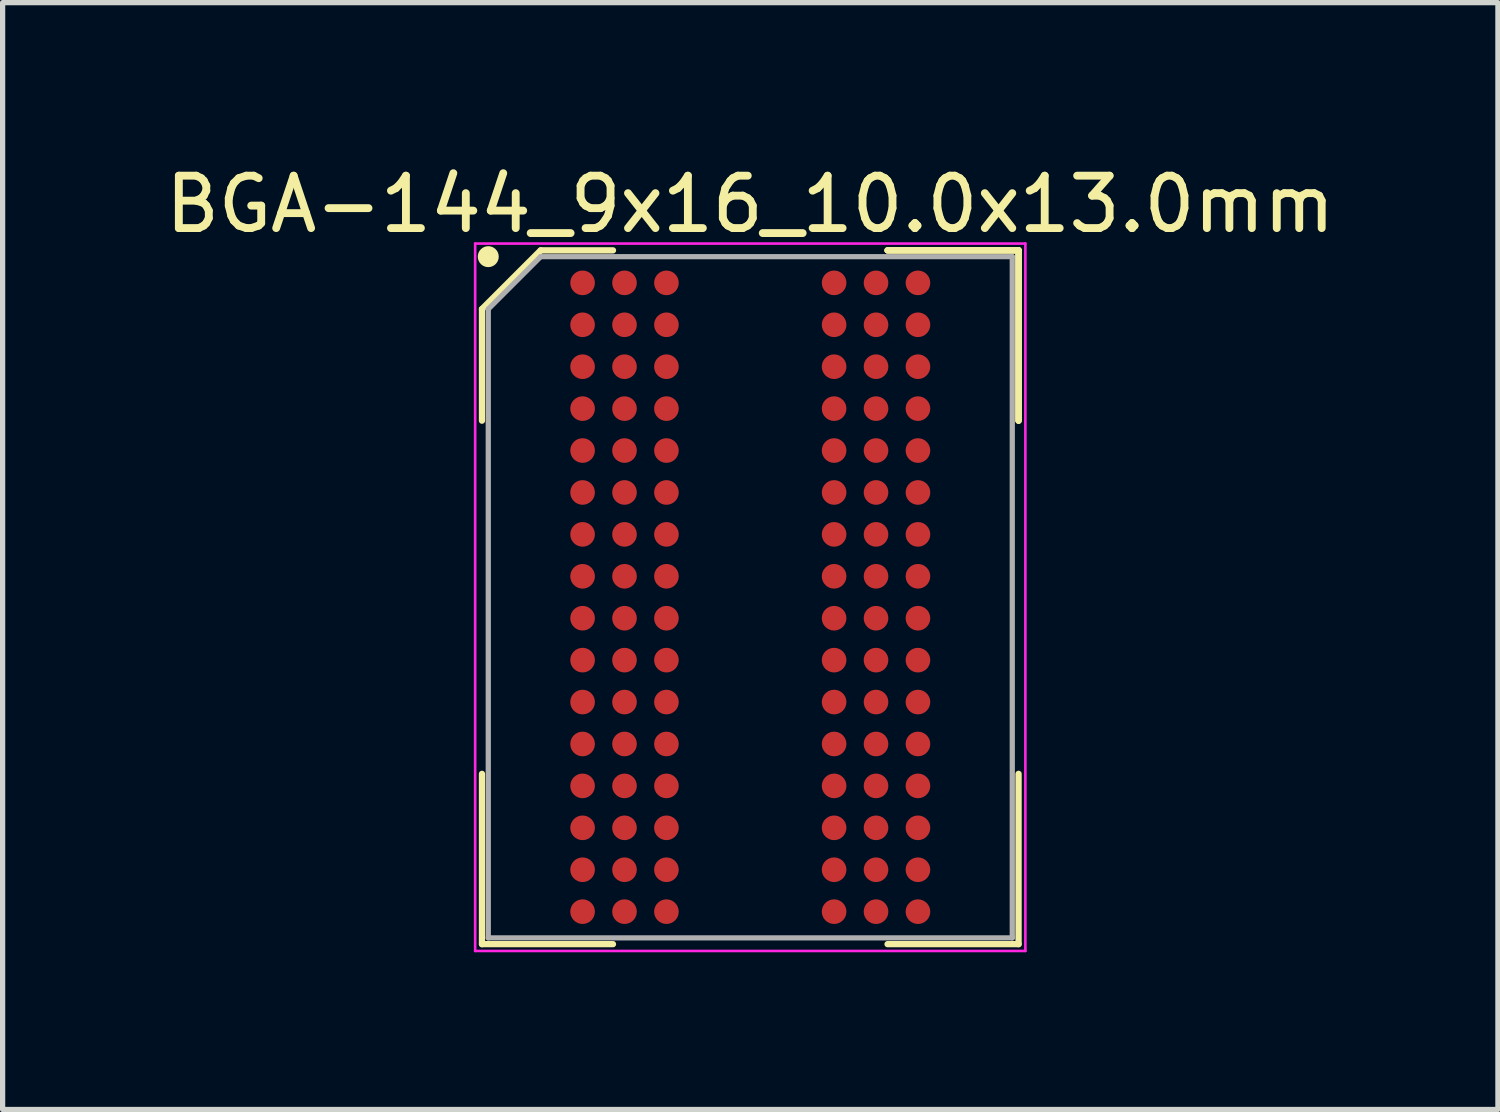
<source format=kicad_pcb>
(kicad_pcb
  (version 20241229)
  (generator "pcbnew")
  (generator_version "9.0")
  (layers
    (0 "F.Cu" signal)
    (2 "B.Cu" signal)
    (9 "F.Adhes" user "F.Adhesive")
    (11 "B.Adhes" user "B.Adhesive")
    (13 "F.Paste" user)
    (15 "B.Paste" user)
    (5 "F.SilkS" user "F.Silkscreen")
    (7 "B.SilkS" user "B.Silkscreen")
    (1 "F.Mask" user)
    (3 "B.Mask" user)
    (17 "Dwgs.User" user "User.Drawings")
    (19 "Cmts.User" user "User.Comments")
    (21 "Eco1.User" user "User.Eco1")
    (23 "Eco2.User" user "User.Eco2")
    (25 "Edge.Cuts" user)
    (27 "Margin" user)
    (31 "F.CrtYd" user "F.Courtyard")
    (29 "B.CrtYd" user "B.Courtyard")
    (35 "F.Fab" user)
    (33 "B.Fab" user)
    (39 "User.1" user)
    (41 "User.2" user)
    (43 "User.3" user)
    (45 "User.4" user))
  (footprint "BGA-144_9x16_10.0x13.0mm"
    (layer "F.Cu")
    (at 11.268 8.348)
    (property "Reference" "BGA-144_9x16_10.0x13.0mm" (at 0 -7.5 0) (layer "F.SilkS") (effects (font (size 1 1) (thickness 0.15))))
    (attr smd)
    (fp_line (start -5.12 -5.5) (end -5.12 -3.37) (stroke (width 0.12) (type solid)) (layer "F.SilkS"))
    (fp_line (start -5.12 6.62) (end -5.12 3.37) (stroke (width 0.12) (type solid)) (layer "F.SilkS"))
    (fp_line (start -4 -6.62) (end -5.12 -5.5) (stroke (width 0.12) (type solid)) (layer "F.SilkS"))
    (fp_line (start -2.62 -6.62) (end -4 -6.62) (stroke (width 0.12) (type solid)) (layer "F.SilkS"))
    (fp_line (start -2.62 6.62) (end -5.12 6.62) (stroke (width 0.12) (type solid)) (layer "F.SilkS"))
    (fp_line (start 2.62 -6.62) (end 5.12 -6.62) (stroke (width 0.12) (type solid)) (layer "F.SilkS"))
    (fp_line (start 2.62 -6.62) (end 5.12 -6.62) (stroke (width 0.12) (type solid)) (layer "F.SilkS"))
    (fp_line (start 2.62 -6.62) (end 5.12 -6.62) (stroke (width 0.12) (type solid)) (layer "F.SilkS"))
    (fp_line (start 2.62 6.62) (end 5.12 6.62) (stroke (width 0.12) (type solid)) (layer "F.SilkS"))
    (fp_line (start 5.12 -6.62) (end 5.12 -3.37) (stroke (width 0.12) (type solid)) (layer "F.SilkS"))
    (fp_line (start 5.12 -6.62) (end 5.12 -3.37) (stroke (width 0.12) (type solid)) (layer "F.SilkS"))
    (fp_line (start 5.12 -6.62) (end 5.12 -3.37) (stroke (width 0.12) (type solid)) (layer "F.SilkS"))
    (fp_line (start 5.12 6.62) (end 5.12 3.37) (stroke (width 0.12) (type solid)) (layer "F.SilkS"))
    (fp_circle (center -5 -6.5) (end -5 -6.4) (stroke (width 0.2) (type solid)) (fill no) (layer "F.SilkS"))
    (fp_line (start -5.25 -6.75) (end 5.25 -6.75) (stroke (width 0.05) (type solid)) (layer "F.CrtYd"))
    (fp_line (start -5.25 6.75) (end -5.25 -6.75) (stroke (width 0.05) (type solid)) (layer "F.CrtYd"))
    (fp_line (start 5.25 -6.75) (end 5.25 6.75) (stroke (width 0.05) (type solid)) (layer "F.CrtYd"))
    (fp_line (start 5.25 6.75) (end -5.25 6.75) (stroke (width 0.05) (type solid)) (layer "F.CrtYd"))
    (fp_line (start -5 -5.5) (end -5 6.5) (stroke (width 0.1) (type solid)) (layer "F.Fab"))
    (fp_line (start -5 6.5) (end 5 6.5) (stroke (width 0.1) (type solid)) (layer "F.Fab"))
    (fp_line (start -4 -6.5) (end -5 -5.5) (stroke (width 0.1) (type solid)) (layer "F.Fab"))
    (fp_line (start 5 -6.5) (end -4 -6.5) (stroke (width 0.1) (type solid)) (layer "F.Fab"))
    (fp_line (start 5 6.5) (end 5 -6.5) (stroke (width 0.1) (type solid)) (layer "F.Fab"))
    (pad "A1" smd circle (at -3.2 -6) (size 0.47 0.47) (layers "F.Cu" "F.Mask" "F.Paste"))
    (pad "A2" smd circle (at -2.4 -6) (size 0.47 0.47) (layers "F.Cu" "F.Mask" "F.Paste"))
    (pad "A3" smd circle (at -1.6 -6) (size 0.47 0.47) (layers "F.Cu" "F.Mask" "F.Paste"))
    (pad "A7" smd circle (at 1.6 -6) (size 0.47 0.47) (layers "F.Cu" "F.Mask" "F.Paste"))
    (pad "A8" smd circle (at 2.4 -6) (size 0.47 0.47) (layers "F.Cu" "F.Mask" "F.Paste"))
    (pad "A9" smd circle (at 3.2 -6) (size 0.47 0.47) (layers "F.Cu" "F.Mask" "F.Paste"))
    (pad "B1" smd circle (at -3.2 -5.2) (size 0.47 0.47) (layers "F.Cu" "F.Mask" "F.Paste"))
    (pad "B2" smd circle (at -2.4 -5.2) (size 0.47 0.47) (layers "F.Cu" "F.Mask" "F.Paste"))
    (pad "B3" smd circle (at -1.6 -5.2) (size 0.47 0.47) (layers "F.Cu" "F.Mask" "F.Paste"))
    (pad "B7" smd circle (at 1.6 -5.2) (size 0.47 0.47) (layers "F.Cu" "F.Mask" "F.Paste"))
    (pad "B8" smd circle (at 2.4 -5.2) (size 0.47 0.47) (layers "F.Cu" "F.Mask" "F.Paste"))
    (pad "B9" smd circle (at 3.2 -5.2) (size 0.47 0.47) (layers "F.Cu" "F.Mask" "F.Paste"))
    (pad "C1" smd circle (at -3.2 -4.4) (size 0.47 0.47) (layers "F.Cu" "F.Mask" "F.Paste"))
    (pad "C2" smd circle (at -2.4 -4.4) (size 0.47 0.47) (layers "F.Cu" "F.Mask" "F.Paste"))
    (pad "C3" smd circle (at -1.6 -4.4) (size 0.47 0.47) (layers "F.Cu" "F.Mask" "F.Paste"))
    (pad "C7" smd circle (at 1.6 -4.4) (size 0.47 0.47) (layers "F.Cu" "F.Mask" "F.Paste"))
    (pad "C8" smd circle (at 2.4 -4.4) (size 0.47 0.47) (layers "F.Cu" "F.Mask" "F.Paste"))
    (pad "C9" smd circle (at 3.2 -4.4) (size 0.47 0.47) (layers "F.Cu" "F.Mask" "F.Paste"))
    (pad "D1" smd circle (at -3.2 -3.6) (size 0.47 0.47) (layers "F.Cu" "F.Mask" "F.Paste"))
    (pad "D2" smd circle (at -2.4 -3.6) (size 0.47 0.47) (layers "F.Cu" "F.Mask" "F.Paste"))
    (pad "D3" smd circle (at -1.6 -3.6) (size 0.47 0.47) (layers "F.Cu" "F.Mask" "F.Paste"))
    (pad "D7" smd circle (at 1.6 -3.6) (size 0.47 0.47) (layers "F.Cu" "F.Mask" "F.Paste"))
    (pad "D8" smd circle (at 2.4 -3.6) (size 0.47 0.47) (layers "F.Cu" "F.Mask" "F.Paste"))
    (pad "D9" smd circle (at 3.2 -3.6) (size 0.47 0.47) (layers "F.Cu" "F.Mask" "F.Paste"))
    (pad "E1" smd circle (at -3.2 -2.8) (size 0.47 0.47) (layers "F.Cu" "F.Mask" "F.Paste"))
    (pad "E2" smd circle (at -2.4 -2.8) (size 0.47 0.47) (layers "F.Cu" "F.Mask" "F.Paste"))
    (pad "E3" smd circle (at -1.6 -2.8) (size 0.47 0.47) (layers "F.Cu" "F.Mask" "F.Paste"))
    (pad "E7" smd circle (at 1.6 -2.8) (size 0.47 0.47) (layers "F.Cu" "F.Mask" "F.Paste"))
    (pad "E8" smd circle (at 2.4 -2.8) (size 0.47 0.47) (layers "F.Cu" "F.Mask" "F.Paste"))
    (pad "E9" smd circle (at 3.2 -2.8) (size 0.47 0.47) (layers "F.Cu" "F.Mask" "F.Paste"))
    (pad "F1" smd circle (at -3.2 -2) (size 0.47 0.47) (layers "F.Cu" "F.Mask" "F.Paste"))
    (pad "F2" smd circle (at -2.4 -2) (size 0.47 0.47) (layers "F.Cu" "F.Mask" "F.Paste"))
    (pad "F3" smd circle (at -1.6 -2) (size 0.47 0.47) (layers "F.Cu" "F.Mask" "F.Paste"))
    (pad "F7" smd circle (at 1.6 -2) (size 0.47 0.47) (layers "F.Cu" "F.Mask" "F.Paste"))
    (pad "F8" smd circle (at 2.4 -2) (size 0.47 0.47) (layers "F.Cu" "F.Mask" "F.Paste"))
    (pad "F9" smd circle (at 3.2 -2) (size 0.47 0.47) (layers "F.Cu" "F.Mask" "F.Paste"))
    (pad "G1" smd circle (at -3.2 -1.2) (size 0.47 0.47) (layers "F.Cu" "F.Mask" "F.Paste"))
    (pad "G2" smd circle (at -2.4 -1.2) (size 0.47 0.47) (layers "F.Cu" "F.Mask" "F.Paste"))
    (pad "G3" smd circle (at -1.6 -1.2) (size 0.47 0.47) (layers "F.Cu" "F.Mask" "F.Paste"))
    (pad "G7" smd circle (at 1.6 -1.2) (size 0.47 0.47) (layers "F.Cu" "F.Mask" "F.Paste"))
    (pad "G8" smd circle (at 2.4 -1.2) (size 0.47 0.47) (layers "F.Cu" "F.Mask" "F.Paste"))
    (pad "G9" smd circle (at 3.2 -1.2) (size 0.47 0.47) (layers "F.Cu" "F.Mask" "F.Paste"))
    (pad "H1" smd circle (at -3.2 -0.4) (size 0.47 0.47) (layers "F.Cu" "F.Mask" "F.Paste"))
    (pad "H2" smd circle (at -2.4 -0.4) (size 0.47 0.47) (layers "F.Cu" "F.Mask" "F.Paste"))
    (pad "H3" smd circle (at -1.6 -0.4) (size 0.47 0.47) (layers "F.Cu" "F.Mask" "F.Paste"))
    (pad "H7" smd circle (at 1.6 -0.4) (size 0.47 0.47) (layers "F.Cu" "F.Mask" "F.Paste"))
    (pad "H8" smd circle (at 2.4 -0.4) (size 0.47 0.47) (layers "F.Cu" "F.Mask" "F.Paste"))
    (pad "H9" smd circle (at 3.2 -0.4) (size 0.47 0.47) (layers "F.Cu" "F.Mask" "F.Paste"))
    (pad "J1" smd circle (at -3.2 0.4) (size 0.47 0.47) (layers "F.Cu" "F.Mask" "F.Paste"))
    (pad "J2" smd circle (at -2.4 0.4) (size 0.47 0.47) (layers "F.Cu" "F.Mask" "F.Paste"))
    (pad "J3" smd circle (at -1.6 0.4) (size 0.47 0.47) (layers "F.Cu" "F.Mask" "F.Paste"))
    (pad "J7" smd circle (at 1.6 0.4) (size 0.47 0.47) (layers "F.Cu" "F.Mask" "F.Paste"))
    (pad "J8" smd circle (at 2.4 0.4) (size 0.47 0.47) (layers "F.Cu" "F.Mask" "F.Paste"))
    (pad "J9" smd circle (at 3.2 0.4) (size 0.47 0.47) (layers "F.Cu" "F.Mask" "F.Paste"))
    (pad "K1" smd circle (at -3.2 1.2) (size 0.47 0.47) (layers "F.Cu" "F.Mask" "F.Paste"))
    (pad "K2" smd circle (at -2.4 1.2) (size 0.47 0.47) (layers "F.Cu" "F.Mask" "F.Paste"))
    (pad "K3" smd circle (at -1.6 1.2) (size 0.47 0.47) (layers "F.Cu" "F.Mask" "F.Paste"))
    (pad "K7" smd circle (at 1.6 1.2) (size 0.47 0.47) (layers "F.Cu" "F.Mask" "F.Paste"))
    (pad "K8" smd circle (at 2.4 1.2) (size 0.47 0.47) (layers "F.Cu" "F.Mask" "F.Paste"))
    (pad "K9" smd circle (at 3.2 1.2) (size 0.47 0.47) (layers "F.Cu" "F.Mask" "F.Paste"))
    (pad "L1" smd circle (at -3.2 2) (size 0.47 0.47) (layers "F.Cu" "F.Mask" "F.Paste"))
    (pad "L2" smd circle (at -2.4 2) (size 0.47 0.47) (layers "F.Cu" "F.Mask" "F.Paste"))
    (pad "L3" smd circle (at -1.6 2) (size 0.47 0.47) (layers "F.Cu" "F.Mask" "F.Paste"))
    (pad "L7" smd circle (at 1.6 2) (size 0.47 0.47) (layers "F.Cu" "F.Mask" "F.Paste"))
    (pad "L8" smd circle (at 2.4 2) (size 0.47 0.47) (layers "F.Cu" "F.Mask" "F.Paste"))
    (pad "L9" smd circle (at 3.2 2) (size 0.47 0.47) (layers "F.Cu" "F.Mask" "F.Paste"))
    (pad "M1" smd circle (at -3.2 2.8) (size 0.47 0.47) (layers "F.Cu" "F.Mask" "F.Paste"))
    (pad "M2" smd circle (at -2.4 2.8) (size 0.47 0.47) (layers "F.Cu" "F.Mask" "F.Paste"))
    (pad "M3" smd circle (at -1.6 2.8) (size 0.47 0.47) (layers "F.Cu" "F.Mask" "F.Paste"))
    (pad "M7" smd circle (at 1.6 2.8) (size 0.47 0.47) (layers "F.Cu" "F.Mask" "F.Paste"))
    (pad "M8" smd circle (at 2.4 2.8) (size 0.47 0.47) (layers "F.Cu" "F.Mask" "F.Paste"))
    (pad "M9" smd circle (at 3.2 2.8) (size 0.47 0.47) (layers "F.Cu" "F.Mask" "F.Paste"))
    (pad "N1" smd circle (at -3.2 3.6) (size 0.47 0.47) (layers "F.Cu" "F.Mask" "F.Paste"))
    (pad "N2" smd circle (at -2.4 3.6) (size 0.47 0.47) (layers "F.Cu" "F.Mask" "F.Paste"))
    (pad "N3" smd circle (at -1.6 3.6) (size 0.47 0.47) (layers "F.Cu" "F.Mask" "F.Paste"))
    (pad "N7" smd circle (at 1.6 3.6) (size 0.47 0.47) (layers "F.Cu" "F.Mask" "F.Paste"))
    (pad "N8" smd circle (at 2.4 3.6) (size 0.47 0.47) (layers "F.Cu" "F.Mask" "F.Paste"))
    (pad "N9" smd circle (at 3.2 3.6) (size 0.47 0.47) (layers "F.Cu" "F.Mask" "F.Paste"))
    (pad "P1" smd circle (at -3.2 4.4) (size 0.47 0.47) (layers "F.Cu" "F.Mask" "F.Paste"))
    (pad "P2" smd circle (at -2.4 4.4) (size 0.47 0.47) (layers "F.Cu" "F.Mask" "F.Paste"))
    (pad "P3" smd circle (at -1.6 4.4) (size 0.47 0.47) (layers "F.Cu" "F.Mask" "F.Paste"))
    (pad "P7" smd circle (at 1.6 4.4) (size 0.47 0.47) (layers "F.Cu" "F.Mask" "F.Paste"))
    (pad "P8" smd circle (at 2.4 4.4) (size 0.47 0.47) (layers "F.Cu" "F.Mask" "F.Paste"))
    (pad "P9" smd circle (at 3.2 4.4) (size 0.47 0.47) (layers "F.Cu" "F.Mask" "F.Paste"))
    (pad "R1" smd circle (at -3.2 5.2) (size 0.47 0.47) (layers "F.Cu" "F.Mask" "F.Paste"))
    (pad "R2" smd circle (at -2.4 5.2) (size 0.47 0.47) (layers "F.Cu" "F.Mask" "F.Paste"))
    (pad "R3" smd circle (at -1.6 5.2) (size 0.47 0.47) (layers "F.Cu" "F.Mask" "F.Paste"))
    (pad "R7" smd circle (at 1.6 5.2) (size 0.47 0.47) (layers "F.Cu" "F.Mask" "F.Paste"))
    (pad "R8" smd circle (at 2.4 5.2) (size 0.47 0.47) (layers "F.Cu" "F.Mask" "F.Paste"))
    (pad "R9" smd circle (at 3.2 5.2) (size 0.47 0.47) (layers "F.Cu" "F.Mask" "F.Paste"))
    (pad "T1" smd circle (at -3.2 6) (size 0.47 0.47) (layers "F.Cu" "F.Mask" "F.Paste"))
    (pad "T2" smd circle (at -2.4 6) (size 0.47 0.47) (layers "F.Cu" "F.Mask" "F.Paste"))
    (pad "T3" smd circle (at -1.6 6) (size 0.47 0.47) (layers "F.Cu" "F.Mask" "F.Paste"))
    (pad "T7" smd circle (at 1.6 6) (size 0.47 0.47) (layers "F.Cu" "F.Mask" "F.Paste"))
    (pad "T8" smd circle (at 2.4 6) (size 0.47 0.47) (layers "F.Cu" "F.Mask" "F.Paste"))
    (pad "T9" smd circle (at 3.2 6) (size 0.47 0.47) (layers "F.Cu" "F.Mask" "F.Paste")))
  (gr_rect
    (start -3 -3)
    (end 25.536 18.123)
    (stroke (width 0.1) (type default))
    (fill no)
    (layer "Edge.Cuts")))
</source>
